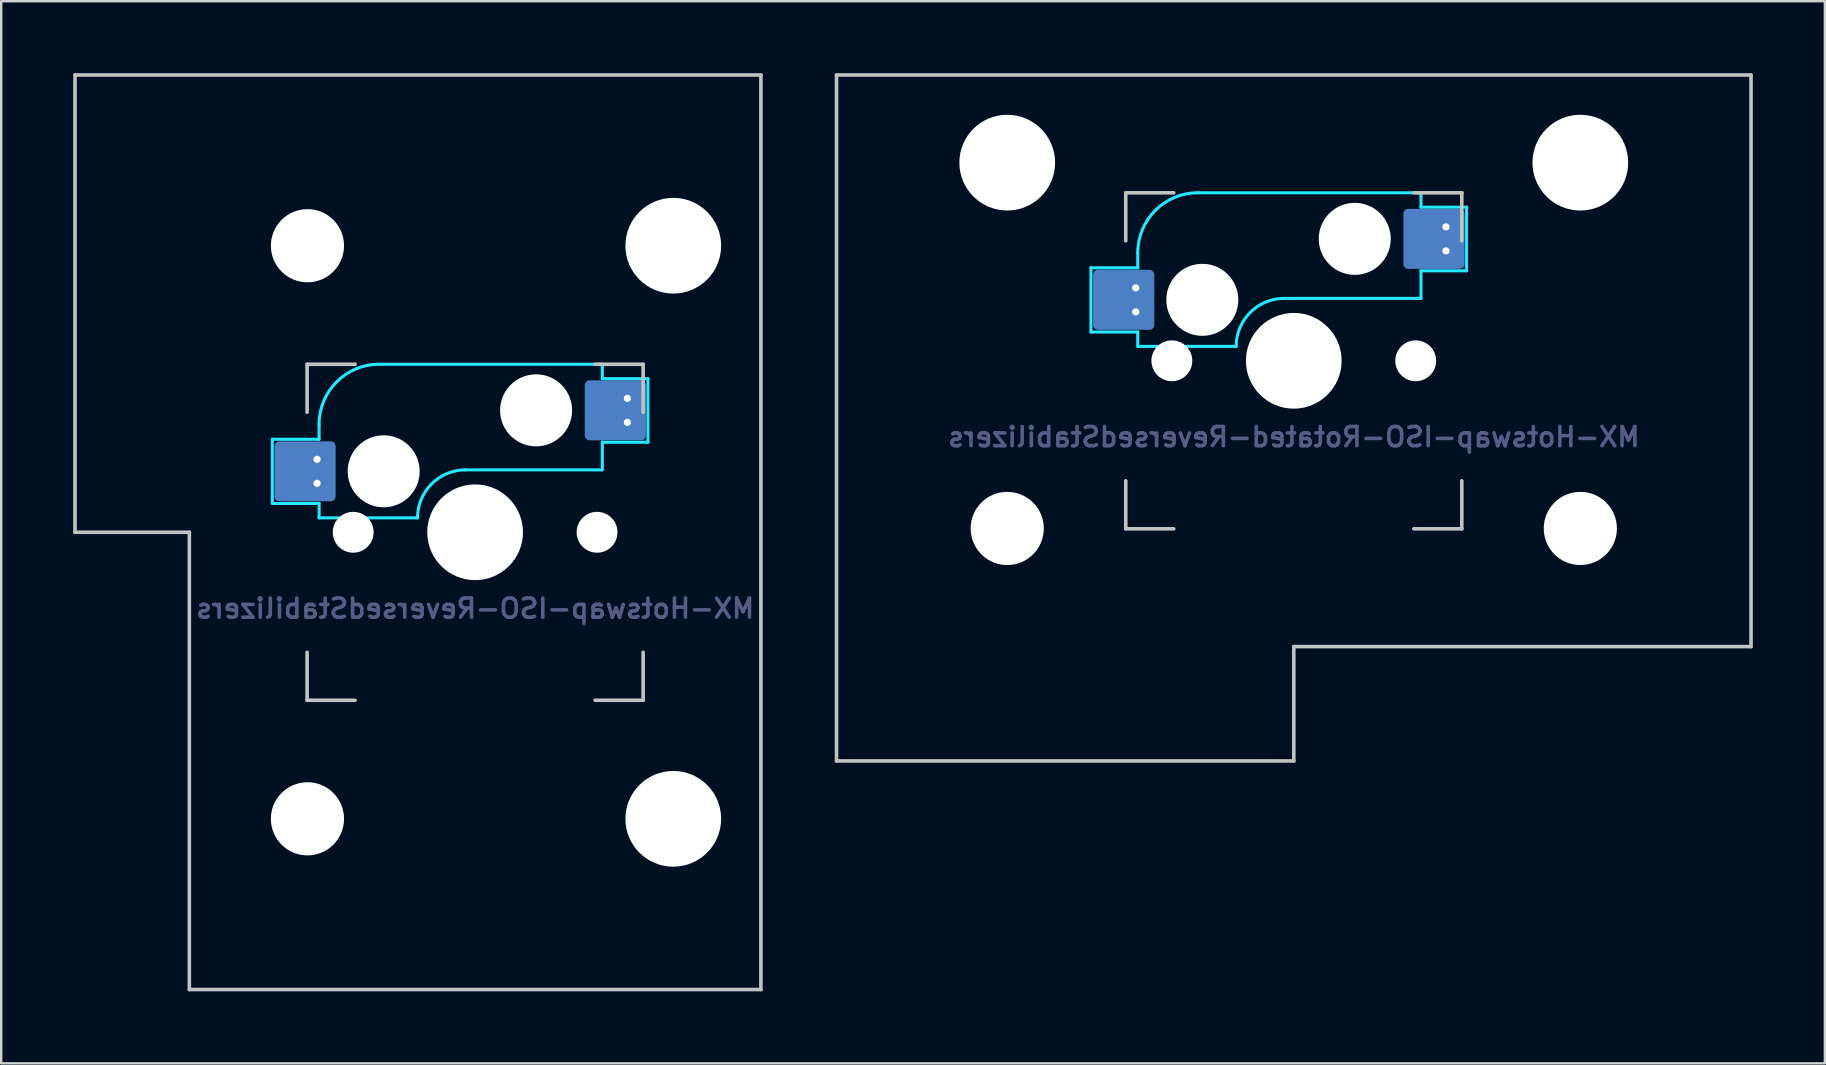
<source format=kicad_pcb>
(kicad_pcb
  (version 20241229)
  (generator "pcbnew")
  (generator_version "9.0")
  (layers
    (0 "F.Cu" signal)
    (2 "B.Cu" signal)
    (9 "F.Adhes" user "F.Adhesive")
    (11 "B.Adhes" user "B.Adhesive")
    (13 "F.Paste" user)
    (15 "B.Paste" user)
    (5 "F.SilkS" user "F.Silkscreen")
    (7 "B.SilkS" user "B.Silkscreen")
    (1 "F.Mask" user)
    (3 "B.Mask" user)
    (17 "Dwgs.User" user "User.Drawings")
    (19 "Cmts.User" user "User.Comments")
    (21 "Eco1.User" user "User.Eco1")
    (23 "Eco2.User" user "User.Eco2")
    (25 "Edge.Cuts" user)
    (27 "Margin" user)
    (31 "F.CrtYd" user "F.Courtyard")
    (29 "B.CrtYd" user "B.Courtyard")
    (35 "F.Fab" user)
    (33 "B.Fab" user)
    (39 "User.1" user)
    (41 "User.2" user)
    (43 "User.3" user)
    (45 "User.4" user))
  (footprint "MX-Hotswap-ISO-Rotated-ReversedStabilizers"
    (layer "F.Cu")
    (at 50.85 11.981)
    (property "Reference" "MX-Hotswap-ISO-Rotated-ReversedStabilizers" (at 0 3.175 0) (layer "B.Fab") (effects (font (size 0.8 0.8) (thickness 0.15)) (justify mirror)))
    (attr smd)
    (fp_line (start -19.05 -11.906) (end 19.05 -11.906) (stroke (width 0.15) (type solid)) (layer "Dwgs.User"))
    (fp_line (start -19.05 16.669) (end -19.05 -11.906) (stroke (width 0.15) (type solid)) (layer "Dwgs.User"))
    (fp_line (start -19.05 16.669) (end 0 16.669) (stroke (width 0.15) (type solid)) (layer "Dwgs.User"))
    (fp_line (start -7 -7) (end -7 -5) (stroke (width 0.15) (type solid)) (layer "Dwgs.User"))
    (fp_line (start -7 5) (end -7 7) (stroke (width 0.15) (type solid)) (layer "Dwgs.User"))
    (fp_line (start -7 7) (end -5 7) (stroke (width 0.15) (type solid)) (layer "Dwgs.User"))
    (fp_line (start -5 -7) (end -7 -7) (stroke (width 0.15) (type solid)) (layer "Dwgs.User"))
    (fp_line (start 0 11.906) (end 0 16.669) (stroke (width 0.15) (type solid)) (layer "Dwgs.User"))
    (fp_line (start 5 -7) (end 7 -7) (stroke (width 0.15) (type solid)) (layer "Dwgs.User"))
    (fp_line (start 5 7) (end 7 7) (stroke (width 0.15) (type solid)) (layer "Dwgs.User"))
    (fp_line (start 7 -7) (end 7 -5) (stroke (width 0.15) (type solid)) (layer "Dwgs.User"))
    (fp_line (start 7 7) (end 7 5) (stroke (width 0.15) (type solid)) (layer "Dwgs.User"))
    (fp_line (start 19.05 11.906) (end 0 11.906) (stroke (width 0.15) (type solid)) (layer "Dwgs.User"))
    (fp_line (start 19.05 11.906) (end 19.05 -11.906) (stroke (width 0.15) (type solid)) (layer "Dwgs.User"))
    (fp_line (start -8.45 -3.875) (end -8.45 -1.2) (stroke (width 0.127) (type solid)) (layer "B.CrtYd"))
    (fp_line (start -8.45 -1.2) (end -6.5 -1.2) (stroke (width 0.127) (type solid)) (layer "B.CrtYd"))
    (fp_line (start -6.5 -4.5) (end -6.5 -3.875) (stroke (width 0.127) (type solid)) (layer "B.CrtYd"))
    (fp_line (start -6.5 -3.875) (end -8.45 -3.875) (stroke (width 0.127) (type solid)) (layer "B.CrtYd"))
    (fp_line (start -6.5 -0.6) (end -6.5 -1.2) (stroke (width 0.127) (type solid)) (layer "B.CrtYd"))
    (fp_line (start -6.5 -0.6) (end -2.4 -0.6) (stroke (width 0.127) (type solid)) (layer "B.CrtYd"))
    (fp_line (start -0.4 -2.6) (end 5.3 -2.6) (stroke (width 0.127) (type solid)) (layer "B.CrtYd"))
    (fp_line (start 5.3 -7) (end -4 -7) (stroke (width 0.127) (type solid)) (layer "B.CrtYd"))
    (fp_line (start 5.3 -7) (end 5.3 -6.4) (stroke (width 0.127) (type solid)) (layer "B.CrtYd"))
    (fp_line (start 5.3 -6.4) (end 7.2 -6.4) (stroke (width 0.127) (type solid)) (layer "B.CrtYd"))
    (fp_line (start 5.3 -2.6) (end 5.3 -3.75) (stroke (width 0.127) (type solid)) (layer "B.CrtYd"))
    (fp_line (start 7.2 -6.4) (end 7.2 -3.75) (stroke (width 0.127) (type solid)) (layer "B.CrtYd"))
    (fp_line (start 7.2 -3.75) (end 5.3 -3.75) (stroke (width 0.127) (type solid)) (layer "B.CrtYd"))
    (fp_arc (start -6.5 -4.5) (mid -5.767767 -6.267767) (end -4 -7) (stroke (width 0.127) (type solid)) (layer "B.CrtYd"))
    (fp_arc (start -2.4 -0.6) (mid -1.814214 -2.014214) (end -0.4 -2.6) (stroke (width 0.127) (type solid)) (layer "B.CrtYd"))
    (pad "" np_thru_hole circle (at -11.938 -8.255) (size 3.988 3.988) (drill 3.988) (layers "*.Cu" "*.Mask"))
    (pad "" np_thru_hole circle (at -11.938 6.985) (size 3.048 3.048) (drill 3.048) (layers "*.Cu" "*.Mask"))
    (pad "" np_thru_hole circle (at -5.08 0 48.099) (size 1.702 1.702) (drill 1.702) (layers "*.Cu" "*.Mask"))
    (pad "" np_thru_hole circle (at -3.81 -2.54) (size 3 3) (drill 3) (layers "*.Cu" "*.Mask"))
    (pad "" np_thru_hole circle (at 0 0) (size 3.988 3.988) (drill 3.988) (layers "*.Cu" "*.Mask"))
    (pad "" np_thru_hole circle (at 2.54 -5.08) (size 3 3) (drill 3) (layers "*.Cu" "*.Mask"))
    (pad "" np_thru_hole circle (at 5.08 0 48.099) (size 1.702 1.702) (drill 1.702) (layers "*.Cu" "*.Mask"))
    (pad "" np_thru_hole circle (at 11.938 -8.255) (size 3.988 3.988) (drill 3.988) (layers "*.Cu" "*.Mask"))
    (pad "" np_thru_hole circle (at 11.938 6.985) (size 3.048 3.048) (drill 3.048) (layers "*.Cu" "*.Mask"))
    (pad "1" smd roundrect (at -7.085 -2.54) (size 2.55 2.5) (layers "B.Cu" "B.Mask" "B.Paste") (roundrect_rratio 0.08))
    (pad "1" thru_hole circle (at -6.585 -3.04) (size 0.6 0.6) (drill 0.3) (layers "*.Cu" "*.Mask"))
    (pad "1" thru_hole circle (at -6.585 -2.04) (size 0.6 0.6) (drill 0.3) (layers "*.Cu" "*.Mask"))
    (pad "2" smd roundrect (at 5.842 -5.08) (size 2.55 2.5) (layers "B.Cu" "B.Mask" "B.Paste") (roundrect_rratio 0.08))
    (pad "2" thru_hole circle (at 6.342 -5.58) (size 0.6 0.6) (drill 0.3) (layers "*.Cu" "*.Mask"))
    (pad "2" thru_hole circle (at 6.342 -4.58) (size 0.6 0.6) (drill 0.3) (layers "*.Cu" "*.Mask")))
  (footprint "MX-Hotswap-ISO-ReversedStabilizers"
    (layer "F.Cu")
    (at 16.744 19.125)
    (property "Reference" "MX-Hotswap-ISO-ReversedStabilizers" (at 0 3.175 0) (layer "B.Fab") (effects (font (size 0.8 0.8) (thickness 0.15)) (justify mirror)))
    (attr smd)
    (fp_line (start -16.669 -19.05) (end -16.669 0) (stroke (width 0.15) (type solid)) (layer "Dwgs.User"))
    (fp_line (start -16.669 -19.05) (end 11.906 -19.05) (stroke (width 0.15) (type solid)) (layer "Dwgs.User"))
    (fp_line (start -11.906 0) (end -16.669 0) (stroke (width 0.15) (type solid)) (layer "Dwgs.User"))
    (fp_line (start -11.906 19.05) (end -11.906 0) (stroke (width 0.15) (type solid)) (layer "Dwgs.User"))
    (fp_line (start -11.906 19.05) (end 11.906 19.05) (stroke (width 0.15) (type solid)) (layer "Dwgs.User"))
    (fp_line (start -7 -7) (end -7 -5) (stroke (width 0.15) (type solid)) (layer "Dwgs.User"))
    (fp_line (start -7 5) (end -7 7) (stroke (width 0.15) (type solid)) (layer "Dwgs.User"))
    (fp_line (start -7 7) (end -5 7) (stroke (width 0.15) (type solid)) (layer "Dwgs.User"))
    (fp_line (start -5 -7) (end -7 -7) (stroke (width 0.15) (type solid)) (layer "Dwgs.User"))
    (fp_line (start 5 -7) (end 7 -7) (stroke (width 0.15) (type solid)) (layer "Dwgs.User"))
    (fp_line (start 5 7) (end 7 7) (stroke (width 0.15) (type solid)) (layer "Dwgs.User"))
    (fp_line (start 7 -7) (end 7 -5) (stroke (width 0.15) (type solid)) (layer "Dwgs.User"))
    (fp_line (start 7 7) (end 7 5) (stroke (width 0.15) (type solid)) (layer "Dwgs.User"))
    (fp_line (start 11.906 -19.05) (end 11.906 19.05) (stroke (width 0.15) (type solid)) (layer "Dwgs.User"))
    (fp_line (start -8.45 -3.875) (end -8.45 -1.2) (stroke (width 0.127) (type solid)) (layer "B.CrtYd"))
    (fp_line (start -8.45 -1.2) (end -6.5 -1.2) (stroke (width 0.127) (type solid)) (layer "B.CrtYd"))
    (fp_line (start -6.5 -4.5) (end -6.5 -3.875) (stroke (width 0.127) (type solid)) (layer "B.CrtYd"))
    (fp_line (start -6.5 -3.875) (end -8.45 -3.875) (stroke (width 0.127) (type solid)) (layer "B.CrtYd"))
    (fp_line (start -6.5 -0.6) (end -6.5 -1.2) (stroke (width 0.127) (type solid)) (layer "B.CrtYd"))
    (fp_line (start -6.5 -0.6) (end -2.4 -0.6) (stroke (width 0.127) (type solid)) (layer "B.CrtYd"))
    (fp_line (start -0.4 -2.6) (end 5.3 -2.6) (stroke (width 0.127) (type solid)) (layer "B.CrtYd"))
    (fp_line (start 5.3 -7) (end -4 -7) (stroke (width 0.127) (type solid)) (layer "B.CrtYd"))
    (fp_line (start 5.3 -7) (end 5.3 -6.4) (stroke (width 0.127) (type solid)) (layer "B.CrtYd"))
    (fp_line (start 5.3 -6.4) (end 7.2 -6.4) (stroke (width 0.127) (type solid)) (layer "B.CrtYd"))
    (fp_line (start 5.3 -2.6) (end 5.3 -3.75) (stroke (width 0.127) (type solid)) (layer "B.CrtYd"))
    (fp_line (start 7.2 -6.4) (end 7.2 -3.75) (stroke (width 0.127) (type solid)) (layer "B.CrtYd"))
    (fp_line (start 7.2 -3.75) (end 5.3 -3.75) (stroke (width 0.127) (type solid)) (layer "B.CrtYd"))
    (fp_arc (start -6.5 -4.5) (mid -5.767767 -6.267767) (end -4 -7) (stroke (width 0.127) (type solid)) (layer "B.CrtYd"))
    (fp_arc (start -2.4 -0.6) (mid -1.814214 -2.014214) (end -0.4 -2.6) (stroke (width 0.127) (type solid)) (layer "B.CrtYd"))
    (pad "" np_thru_hole circle (at -6.985 -11.938) (size 3.048 3.048) (drill 3.048) (layers "*.Cu" "*.Mask"))
    (pad "" np_thru_hole circle (at -6.985 11.938) (size 3.048 3.048) (drill 3.048) (layers "*.Cu" "*.Mask"))
    (pad "" np_thru_hole circle (at -5.08 0 48.099) (size 1.702 1.702) (drill 1.702) (layers "*.Cu" "*.Mask"))
    (pad "" np_thru_hole circle (at -3.81 -2.54) (size 3 3) (drill 3) (layers "*.Cu" "*.Mask"))
    (pad "" np_thru_hole circle (at 0 0) (size 3.988 3.988) (drill 3.988) (layers "*.Cu" "*.Mask"))
    (pad "" np_thru_hole circle (at 2.54 -5.08) (size 3 3) (drill 3) (layers "*.Cu" "*.Mask"))
    (pad "" np_thru_hole circle (at 5.08 0 48.099) (size 1.702 1.702) (drill 1.702) (layers "*.Cu" "*.Mask"))
    (pad "" np_thru_hole circle (at 8.255 -11.938) (size 3.988 3.988) (drill 3.988) (layers "*.Cu" "*.Mask"))
    (pad "" np_thru_hole circle (at 8.255 11.938) (size 3.988 3.988) (drill 3.988) (layers "*.Cu" "*.Mask"))
    (pad "1" smd roundrect (at -7.085 -2.54) (size 2.55 2.5) (layers "B.Cu" "B.Mask" "B.Paste") (roundrect_rratio 0.08))
    (pad "1" thru_hole circle (at -6.585 -3.04) (size 0.6 0.6) (drill 0.3) (layers "*.Cu" "*.Mask"))
    (pad "1" thru_hole circle (at -6.585 -2.04) (size 0.6 0.6) (drill 0.3) (layers "*.Cu" "*.Mask"))
    (pad "2" smd roundrect (at 5.842 -5.08) (size 2.55 2.5) (layers "B.Cu" "B.Mask" "B.Paste") (roundrect_rratio 0.08))
    (pad "2" thru_hole circle (at 6.342 -5.58) (size 0.6 0.6) (drill 0.3) (layers "*.Cu" "*.Mask"))
    (pad "2" thru_hole circle (at 6.342 -4.58) (size 0.6 0.6) (drill 0.3) (layers "*.Cu" "*.Mask")))
  (gr_rect
    (start -3 -3)
    (end 72.975 41.25)
    (stroke (width 0.1) (type default))
    (fill no)
    (layer "Edge.Cuts")))
</source>
